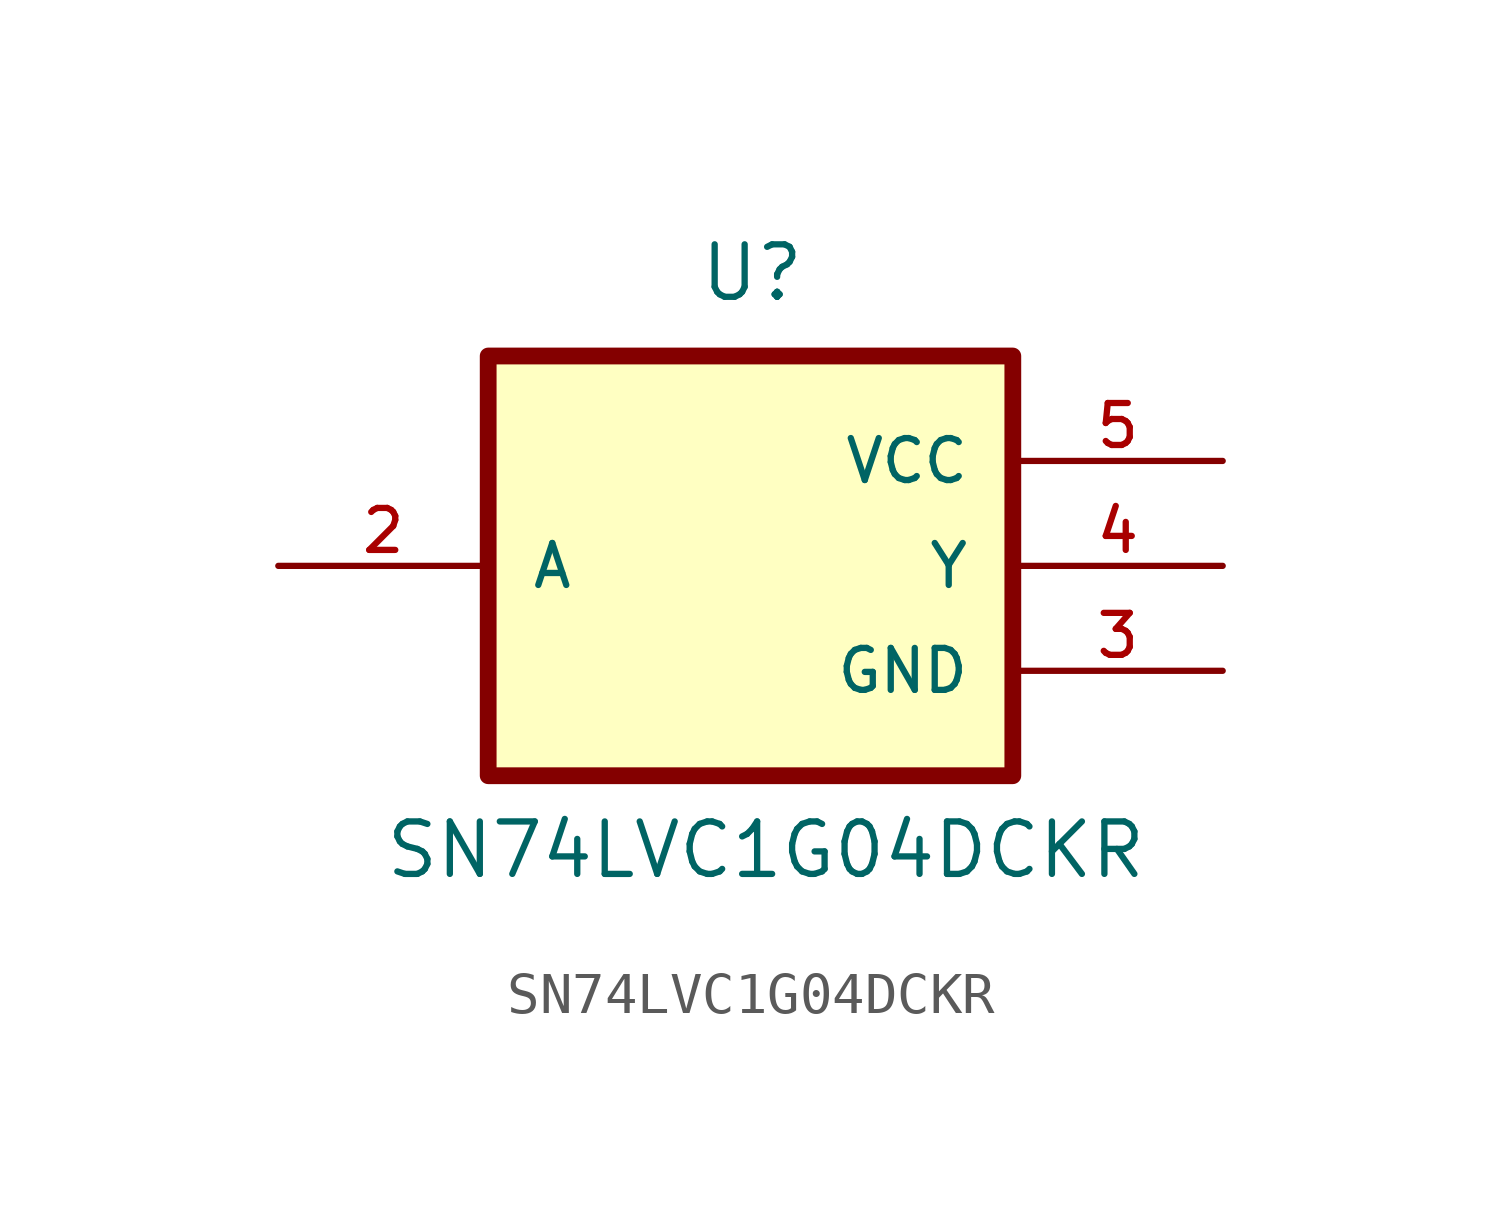
<source format=kicad_sym>
(kicad_symbol_lib
  (version 20211014)
  (generator kicad_symbol_editor)
  (symbol "SN74LVC1G04DCKR"
    (pin_names
      (offset 1.016))
    (property "Reference" "U"
      (at -1.27 6.35 0)
      (effects (font (size 1.27 1.27)) (justify left bottom)))
    (property "Value" "SN74LVC1G04DCKR"
      (at -8.89 -7.62 0)
      (effects (font (size 1.27 1.27)) (justify left bottom)))
    (property "ki_locked" ""
      (at 0 0 0)
      (effects (font (size 1.27 1.27))))
    (symbol "SN74LVC1G04DCKR_0_0"
      (rectangle (start -6.35 5.08) (end 6.35 -5.08) (stroke (width 0.406) (type default) (color 0 0 0 0)) (fill (type background)))
      (pin input line (at -11.43 0 0) (length 5.08) (name "A" (effects (font (size 1.016 1.016)))) (number "2" (effects (font (size 1.016 1.016)))))
      (pin power_in line (at 11.43 -2.54 180) (length 5.08) (name "GND" (effects (font (size 1.016 1.016)))) (number "3" (effects (font (size 1.016 1.016)))))
      (pin output line (at 11.43 0 180) (length 5.08) (name "Y" (effects (font (size 1.016 1.016)))) (number "4" (effects (font (size 1.016 1.016)))))
      (pin power_in line (at 11.43 2.54 180) (length 5.08) (name "VCC" (effects (font (size 1.016 1.016)))) (number "5" (effects (font (size 1.016 1.016))))))))
</source>
